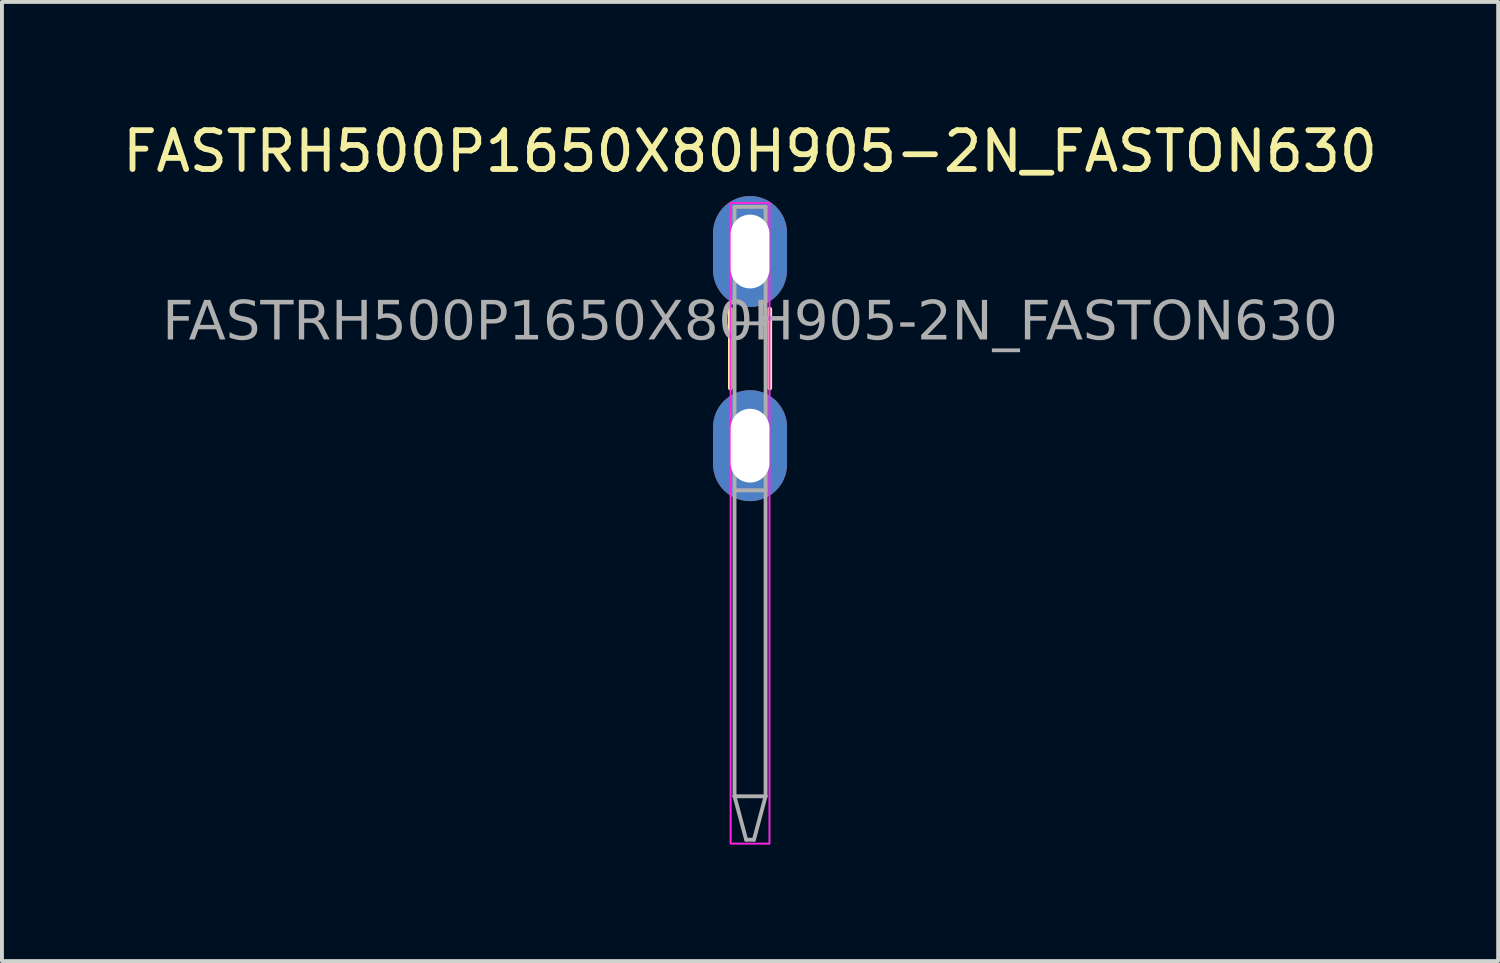
<source format=kicad_pcb>
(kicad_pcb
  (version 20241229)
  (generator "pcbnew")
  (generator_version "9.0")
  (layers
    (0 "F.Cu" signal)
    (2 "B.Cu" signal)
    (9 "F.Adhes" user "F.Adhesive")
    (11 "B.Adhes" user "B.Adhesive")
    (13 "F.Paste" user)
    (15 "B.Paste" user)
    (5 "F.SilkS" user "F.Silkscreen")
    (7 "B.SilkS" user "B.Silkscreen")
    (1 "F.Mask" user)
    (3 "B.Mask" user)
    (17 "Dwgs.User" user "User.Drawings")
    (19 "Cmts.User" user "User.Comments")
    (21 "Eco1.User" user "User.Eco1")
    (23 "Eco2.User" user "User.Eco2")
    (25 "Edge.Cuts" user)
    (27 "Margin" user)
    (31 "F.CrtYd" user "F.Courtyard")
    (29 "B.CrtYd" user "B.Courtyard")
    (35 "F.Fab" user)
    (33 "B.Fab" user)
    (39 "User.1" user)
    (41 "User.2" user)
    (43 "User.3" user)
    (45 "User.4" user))
  (footprint "FASTRH500P1650X80H905-2N_FASTON630"
    (layer "F.Cu")
    (at 16.268 5.928)
    (property "Reference" "FASTRH500P1650X80H905-2N_FASTON630" (at 0 -5.08 0) (layer "F.SilkS") (effects (font (size 1 1) (thickness 0.15))))
    (property "Label" "" (at -1.27 0 90) (layer "F.SilkS" knockout) (effects (font (face "Tahoma") (size 1 1) (thickness 0.2) (bold yes))))
    (attr through_hole)
    (fp_line (start -0.508 -1.016) (end -0.508 1.016) (stroke (width 0.12) (type solid)) (layer "F.SilkS"))
    (fp_line (start 0.508 -1.016) (end 0.508 1.016) (stroke (width 0.12) (type solid)) (layer "F.SilkS"))
    (fp_rect (start -0.5 -3.75) (end 0.5 12.75) (stroke (width 0.05) (type default)) (fill no) (layer "F.CrtYd"))
    (fp_line (start -0.4 -3.65) (end -0.4 11.53) (stroke (width 0.1) (type solid)) (layer "F.Fab"))
    (fp_line (start -0.4 11.53) (end -0.1 12.65) (stroke (width 0.1) (type solid)) (layer "F.Fab"))
    (fp_line (start -0.1 12.65) (end 0.1 12.65) (stroke (width 0.1) (type solid)) (layer "F.Fab"))
    (fp_line (start 0.4 -3.65) (end -0.4 -3.65) (stroke (width 0.1) (type solid)) (layer "F.Fab"))
    (fp_line (start 0.4 -3.65) (end 0.4 11.53) (stroke (width 0.1) (type solid)) (layer "F.Fab"))
    (fp_line (start 0.4 -0.65) (end -0.4 -0.65) (stroke (width 0.1) (type solid)) (layer "F.Fab"))
    (fp_line (start 0.4 3.65) (end -0.4 3.65) (stroke (width 0.1) (type solid)) (layer "F.Fab"))
    (fp_line (start 0.4 11.53) (end -0.4 11.53) (stroke (width 0.1) (type solid)) (layer "F.Fab"))
    (fp_line (start 0.4 11.53) (end 0.1 12.65) (stroke (width 0.1) (type solid)) (layer "F.Fab"))
    (fp_text user "${REFERENCE}" (at 0 -0.65 0) (layer "F.Fab") (effects (font (face "Tahoma") (size 1 1) (thickness 0.15))))
    (pad "1" thru_hole oval (at 0 -2.5) (size 1.905 2.857) (drill oval 1 1.9) (layers "*.Cu" "*.Mask"))
    (pad "1" thru_hole oval (at 0 2.5) (size 1.905 2.857) (drill oval 1 1.9) (layers "*.Cu" "*.Mask")))
  (gr_rect
    (start -3 -3)
    (end 35.536 21.703)
    (stroke (width 0.1) (type default))
    (fill no)
    (layer "Edge.Cuts")))
</source>
